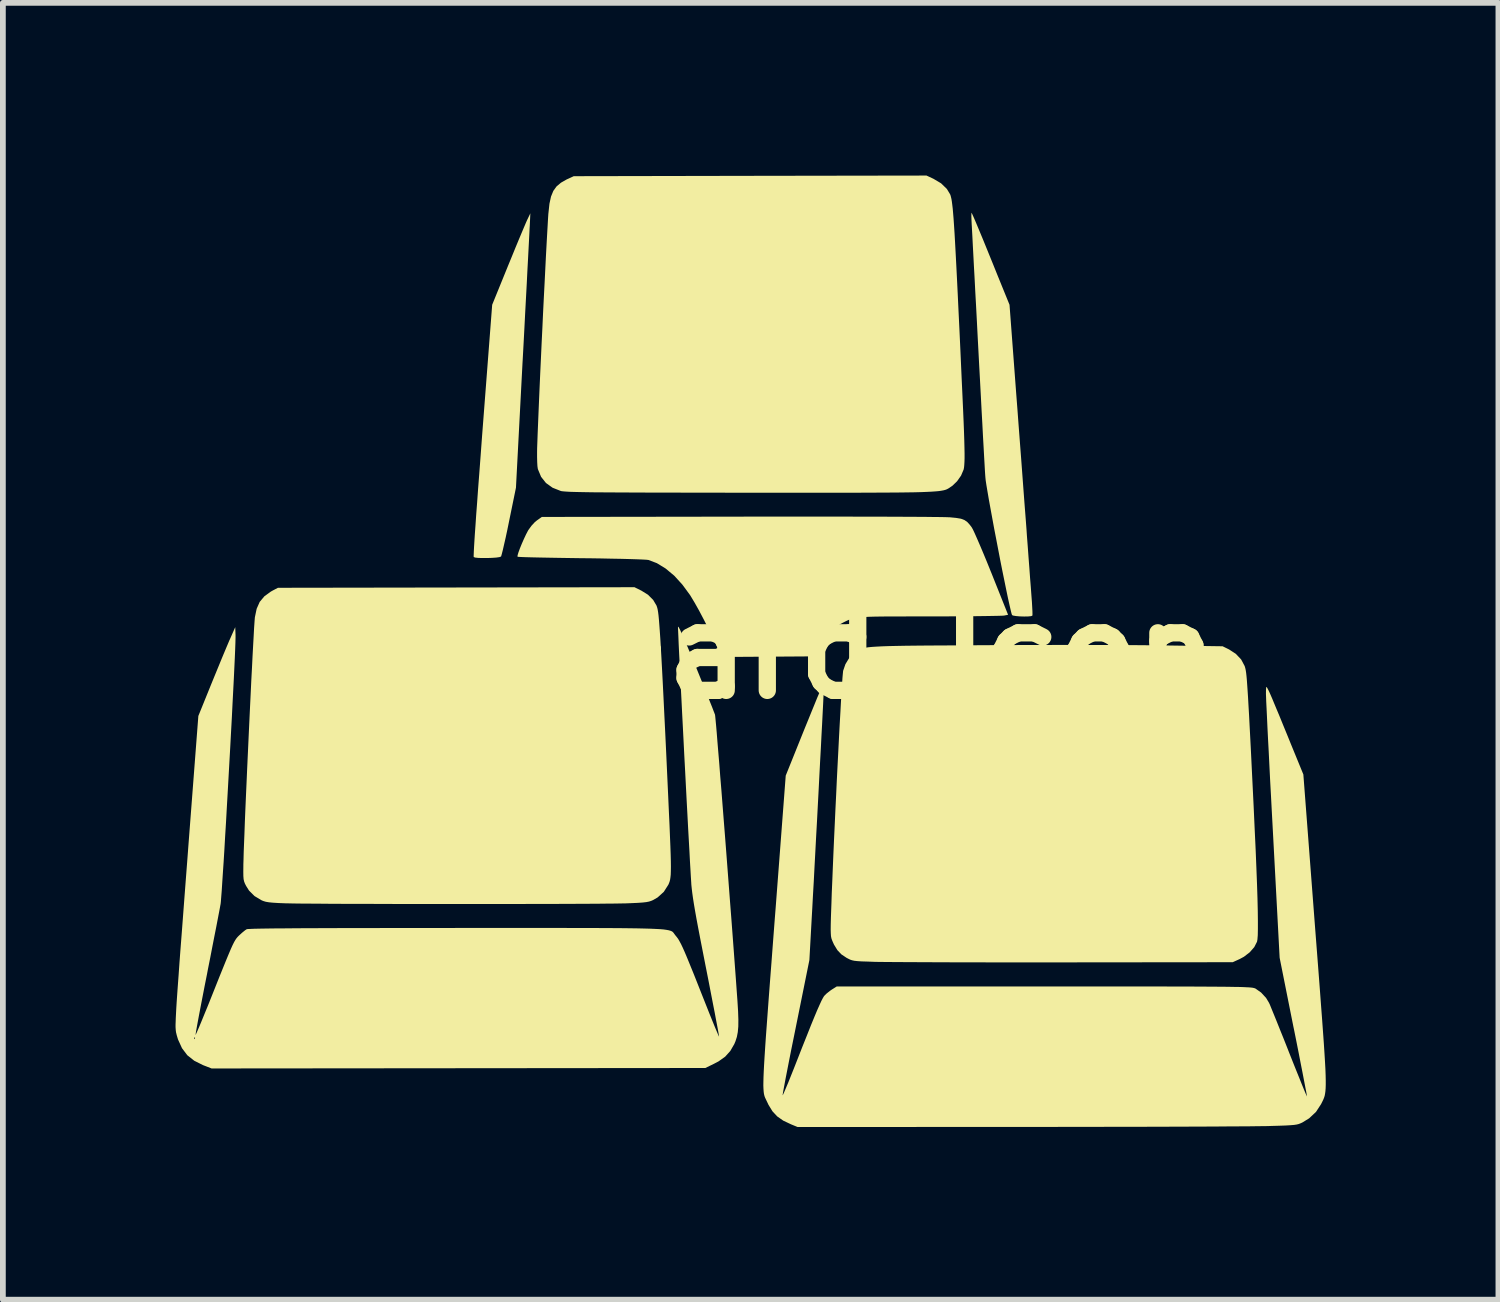
<source format=kicad_pcb>
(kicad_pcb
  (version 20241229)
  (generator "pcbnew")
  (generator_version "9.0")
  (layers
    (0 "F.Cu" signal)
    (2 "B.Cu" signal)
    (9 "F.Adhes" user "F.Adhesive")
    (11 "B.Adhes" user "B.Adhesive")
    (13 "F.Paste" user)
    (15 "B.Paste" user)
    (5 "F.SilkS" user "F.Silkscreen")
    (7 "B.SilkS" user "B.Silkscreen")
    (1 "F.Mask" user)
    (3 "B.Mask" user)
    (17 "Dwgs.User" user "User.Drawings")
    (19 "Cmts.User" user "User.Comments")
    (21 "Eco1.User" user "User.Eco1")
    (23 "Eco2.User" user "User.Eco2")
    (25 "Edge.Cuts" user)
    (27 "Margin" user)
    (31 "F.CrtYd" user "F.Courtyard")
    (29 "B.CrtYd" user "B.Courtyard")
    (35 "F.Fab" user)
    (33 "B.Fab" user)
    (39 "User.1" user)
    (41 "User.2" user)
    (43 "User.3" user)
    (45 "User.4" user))
  (footprint "Keyboard Icon"
    (layer "F.Cu")
    (at 9.995 8.266)
    (property "Reference" "Keyboard Icon" (at 0 0 0) (layer "F.SilkS") (effects (font (size 1.5 1.5) (thickness 0.3))))
    (attr board_only exclude_from_pos_files exclude_from_bom)
    (fp_poly (pts (xy -3.841 -7.395) (xy -3.844 -7.347) (xy -3.848 -7.262) (xy -3.854 -7.145) (xy -3.862 -6.996) (xy -3.871 -6.82) (xy -3.882 -6.619) (xy -3.893 -6.395) (xy -3.906 -6.153) (xy -3.92 -5.894) (xy -3.934 -5.621) (xy -3.949 -5.337) (xy -3.965 -5.045) (xy -3.967 -5.012) (xy -4.081 -2.843) (xy -4.201 -2.257) (xy -4.231 -2.11) (xy -4.26 -1.975) (xy -4.287 -1.857) (xy -4.309 -1.761) (xy -4.327 -1.691) (xy -4.338 -1.652) (xy -4.341 -1.647) (xy -4.368 -1.637) (xy -4.423 -1.629) (xy -4.497 -1.624) (xy -4.58 -1.621) (xy -4.663 -1.621) (xy -4.736 -1.623) (xy -4.79 -1.629) (xy -4.814 -1.638) (xy -4.816 -1.651) (xy -4.815 -1.683) (xy -4.813 -1.737) (xy -4.809 -1.813) (xy -4.803 -1.913) (xy -4.795 -2.039) (xy -4.784 -2.19) (xy -4.772 -2.37) (xy -4.756 -2.579) (xy -4.739 -2.819) (xy -4.718 -3.091) (xy -4.695 -3.396) (xy -4.67 -3.736) (xy -4.641 -4.113) (xy -4.611 -4.501) (xy -4.494 -6.021) (xy -4.219 -6.697) (xy -4.154 -6.855) (xy -4.092 -7.007) (xy -4.034 -7.147) (xy -3.982 -7.271) (xy -3.939 -7.373) (xy -3.907 -7.448) (xy -3.888 -7.491) (xy -3.831 -7.61)) (stroke (width 0) (type solid)) (fill yes) (layer "F.SilkS"))
    (fp_poly (pts (xy 3.846 -7.597) (xy 3.872 -7.539) (xy 3.912 -7.446) (xy 3.965 -7.319) (xy 4.032 -7.158) (xy 4.111 -6.964) (xy 4.203 -6.738) (xy 4.286 -6.532) (xy 4.494 -6.021) (xy 4.61 -4.481) (xy 4.631 -4.209) (xy 4.652 -3.926) (xy 4.674 -3.637) (xy 4.696 -3.349) (xy 4.717 -3.067) (xy 4.737 -2.797) (xy 4.756 -2.545) (xy 4.774 -2.316) (xy 4.789 -2.118) (xy 4.796 -2.012) (xy 4.811 -1.817) (xy 4.825 -1.625) (xy 4.839 -1.443) (xy 4.851 -1.275) (xy 4.863 -1.127) (xy 4.872 -1.003) (xy 4.879 -0.91) (xy 4.883 -0.86) (xy 4.888 -0.77) (xy 4.892 -0.694) (xy 4.893 -0.641) (xy 4.891 -0.62) (xy 4.867 -0.611) (xy 4.815 -0.606) (xy 4.747 -0.605) (xy 4.674 -0.607) (xy 4.607 -0.613) (xy 4.558 -0.621) (xy 4.538 -0.63) (xy 4.529 -0.656) (xy 4.514 -0.717) (xy 4.493 -0.808) (xy 4.467 -0.925) (xy 4.438 -1.064) (xy 4.406 -1.221) (xy 4.371 -1.392) (xy 4.335 -1.573) (xy 4.299 -1.76) (xy 4.263 -1.948) (xy 4.227 -2.134) (xy 4.194 -2.314) (xy 4.163 -2.483) (xy 4.135 -2.637) (xy 4.112 -2.772) (xy 4.093 -2.885) (xy 4.08 -2.97) (xy 4.075 -3.019) (xy 4.072 -3.057) (xy 4.067 -3.131) (xy 4.061 -3.239) (xy 4.053 -3.378) (xy 4.044 -3.544) (xy 4.033 -3.736) (xy 4.022 -3.949) (xy 4.009 -4.182) (xy 3.996 -4.432) (xy 3.982 -4.695) (xy 3.967 -4.969) (xy 3.956 -5.178) (xy 3.941 -5.46) (xy 3.927 -5.735) (xy 3.913 -6) (xy 3.899 -6.251) (xy 3.887 -6.486) (xy 3.875 -6.701) (xy 3.865 -6.894) (xy 3.856 -7.062) (xy 3.849 -7.202) (xy 3.843 -7.31) (xy 3.839 -7.385) (xy 3.837 -7.415) (xy 3.833 -7.5) (xy 3.831 -7.567) (xy 3.832 -7.609) (xy 3.834 -7.62)) (stroke (width 0) (type solid)) (fill yes) (layer "F.SilkS"))
    (fp_poly (pts (xy 1.21 -2.341) (xy 1.53 -2.341) (xy 1.834 -2.34) (xy 2.118 -2.34) (xy 2.381 -2.339) (xy 2.621 -2.338) (xy 2.835 -2.337) (xy 3.021 -2.336) (xy 3.177 -2.334) (xy 3.302 -2.333) (xy 3.392 -2.331) (xy 3.446 -2.329) (xy 3.454 -2.329) (xy 3.567 -2.318) (xy 3.65 -2.304) (xy 3.711 -2.281) (xy 3.76 -2.247) (xy 3.805 -2.197) (xy 3.838 -2.153) (xy 3.858 -2.117) (xy 3.89 -2.049) (xy 3.932 -1.954) (xy 3.983 -1.836) (xy 4.041 -1.699) (xy 4.103 -1.549) (xy 4.168 -1.388) (xy 4.182 -1.354) (xy 4.469 -0.635) (xy 4.398 -0.621) (xy 4.367 -0.619) (xy 4.3 -0.617) (xy 4.2 -0.615) (xy 4.073 -0.613) (xy 3.92 -0.611) (xy 3.747 -0.609) (xy 3.555 -0.608) (xy 3.349 -0.607) (xy 3.133 -0.607) (xy 3.097 -0.607) (xy 2.843 -0.607) (xy 2.624 -0.606) (xy 2.438 -0.606) (xy 2.282 -0.605) (xy 2.151 -0.603) (xy 2.043 -0.6) (xy 1.955 -0.595) (xy 1.883 -0.589) (xy 1.823 -0.581) (xy 1.774 -0.571) (xy 1.73 -0.558) (xy 1.69 -0.542) (xy 1.65 -0.523) (xy 1.606 -0.501) (xy 1.556 -0.475) (xy 1.476 -0.424) (xy 1.384 -0.346) (xy 1.287 -0.251) (xy 1.193 -0.144) (xy 1.113 -0.039) (xy 1.024 0.088) (xy 0.258 0.093) (xy -0.509 0.098) (xy -0.581 -0.063) (xy -0.654 -0.221) (xy -0.734 -0.387) (xy -0.817 -0.551) (xy -0.899 -0.707) (xy -0.976 -0.844) (xy -1.043 -0.956) (xy -1.056 -0.977) (xy -1.189 -1.158) (xy -1.331 -1.314) (xy -1.481 -1.439) (xy -1.633 -1.532) (xy -1.778 -1.587) (xy -1.81 -1.591) (xy -1.877 -1.595) (xy -1.976 -1.599) (xy -2.102 -1.603) (xy -2.253 -1.607) (xy -2.423 -1.61) (xy -2.61 -1.614) (xy -2.81 -1.617) (xy -2.944 -1.618) (xy -3.147 -1.621) (xy -3.339 -1.624) (xy -3.515 -1.627) (xy -3.673 -1.63) (xy -3.808 -1.633) (xy -3.917 -1.636) (xy -3.996 -1.639) (xy -4.043 -1.642) (xy -4.054 -1.644) (xy -4.053 -1.667) (xy -4.038 -1.718) (xy -4.013 -1.787) (xy -3.98 -1.868) (xy -3.943 -1.952) (xy -3.906 -2.031) (xy -3.871 -2.098) (xy -3.862 -2.112) (xy -3.812 -2.181) (xy -3.752 -2.246) (xy -3.716 -2.275) (xy -3.631 -2.335) (xy -0.199 -2.34) (xy 0.168 -2.341) (xy 0.527 -2.341) (xy 0.875 -2.341)) (stroke (width 0) (type solid)) (fill yes) (layer "F.SilkS"))
    (fp_poly (pts (xy -1.901 -1.054) (xy -1.787 -0.983) (xy -1.697 -0.893) (xy -1.638 -0.793) (xy -1.625 -0.752) (xy -1.618 -0.721) (xy -1.611 -0.678) (xy -1.604 -0.622) (xy -1.597 -0.549) (xy -1.59 -0.459) (xy -1.582 -0.351) (xy -1.573 -0.221) (xy -1.564 -0.07) (xy -1.554 0.106) (xy -1.543 0.307) (xy -1.531 0.536) (xy -1.518 0.794) (xy -1.504 1.083) (xy -1.488 1.404) (xy -1.471 1.76) (xy -1.453 2.151) (xy -1.436 2.519) (xy -1.424 2.787) (xy -1.413 3.02) (xy -1.405 3.219) (xy -1.398 3.388) (xy -1.393 3.529) (xy -1.39 3.646) (xy -1.389 3.742) (xy -1.39 3.819) (xy -1.392 3.88) (xy -1.397 3.928) (xy -1.403 3.967) (xy -1.411 3.998) (xy -1.421 4.026) (xy -1.432 4.052) (xy -1.433 4.054) (xy -1.512 4.178) (xy -1.619 4.275) (xy -1.698 4.321) (xy -1.733 4.336) (xy -1.771 4.348) (xy -1.818 4.357) (xy -1.88 4.364) (xy -1.965 4.37) (xy -2.077 4.375) (xy -2.179 4.379) (xy -2.249 4.38) (xy -2.355 4.382) (xy -2.495 4.383) (xy -2.665 4.385) (xy -2.862 4.386) (xy -3.083 4.387) (xy -3.326 4.388) (xy -3.587 4.389) (xy -3.864 4.389) (xy -4.153 4.39) (xy -4.451 4.39) (xy -4.756 4.39) (xy -5.065 4.39) (xy -5.374 4.39) (xy -5.681 4.39) (xy -5.983 4.39) (xy -6.277 4.389) (xy -6.559 4.388) (xy -6.827 4.388) (xy -7.078 4.387) (xy -7.309 4.386) (xy -7.518 4.384) (xy -7.7 4.383) (xy -7.853 4.382) (xy -7.974 4.38) (xy -8.061 4.378) (xy -8.079 4.378) (xy -8.207 4.373) (xy -8.303 4.367) (xy -8.374 4.36) (xy -8.427 4.351) (xy -8.47 4.338) (xy -8.499 4.326) (xy -8.623 4.252) (xy -8.718 4.157) (xy -8.769 4.076) (xy -8.79 4.035) (xy -8.804 3.998) (xy -8.813 3.957) (xy -8.817 3.904) (xy -8.818 3.831) (xy -8.817 3.729) (xy -8.817 3.703) (xy -8.814 3.611) (xy -8.811 3.488) (xy -8.805 3.337) (xy -8.798 3.161) (xy -8.791 2.963) (xy -8.782 2.747) (xy -8.772 2.515) (xy -8.761 2.271) (xy -8.75 2.019) (xy -8.738 1.761) (xy -8.726 1.501) (xy -8.714 1.242) (xy -8.702 0.988) (xy -8.69 0.741) (xy -8.679 0.505) (xy -8.667 0.283) (xy -8.657 0.079) (xy -8.647 -0.105) (xy -8.638 -0.265) (xy -8.631 -0.397) (xy -8.624 -0.499) (xy -8.619 -0.567) (xy -8.617 -0.591) (xy -8.586 -0.739) (xy -8.533 -0.859) (xy -8.452 -0.956) (xy -8.341 -1.037) (xy -8.304 -1.058) (xy -8.216 -1.104) (xy -5.119 -1.109) (xy -2.022 -1.114)) (stroke (width 0) (type solid)) (fill yes) (layer "F.SilkS"))
    (fp_poly (pts (xy 3.172 -8.21) (xy 3.305 -8.131) (xy 3.405 -8.034) (xy 3.462 -7.94) (xy 3.47 -7.919) (xy 3.477 -7.892) (xy 3.485 -7.858) (xy 3.492 -7.815) (xy 3.499 -7.761) (xy 3.507 -7.694) (xy 3.514 -7.613) (xy 3.522 -7.515) (xy 3.53 -7.398) (xy 3.539 -7.262) (xy 3.548 -7.103) (xy 3.558 -6.92) (xy 3.569 -6.712) (xy 3.581 -6.476) (xy 3.594 -6.211) (xy 3.608 -5.914) (xy 3.624 -5.585) (xy 3.641 -5.22) (xy 3.659 -4.818) (xy 3.663 -4.728) (xy 3.676 -4.449) (xy 3.687 -4.206) (xy 3.696 -3.997) (xy 3.703 -3.818) (xy 3.708 -3.667) (xy 3.711 -3.542) (xy 3.713 -3.439) (xy 3.713 -3.356) (xy 3.711 -3.289) (xy 3.708 -3.237) (xy 3.704 -3.196) (xy 3.698 -3.164) (xy 3.695 -3.154) (xy 3.652 -3.053) (xy 3.583 -2.955) (xy 3.501 -2.876) (xy 3.483 -2.864) (xy 3.462 -2.85) (xy 3.444 -2.837) (xy 3.425 -2.826) (xy 3.404 -2.815) (xy 3.38 -2.806) (xy 3.35 -2.798) (xy 3.313 -2.791) (xy 3.266 -2.784) (xy 3.209 -2.779) (xy 3.139 -2.774) (xy 3.054 -2.77) (xy 2.954 -2.766) (xy 2.835 -2.763) (xy 2.696 -2.761) (xy 2.535 -2.759) (xy 2.351 -2.758) (xy 2.141 -2.757) (xy 1.904 -2.756) (xy 1.639 -2.756) (xy 1.342 -2.756) (xy 1.013 -2.756) (xy 0.65 -2.756) (xy 0.25 -2.756) (xy -0.009 -2.756) (xy -0.429 -2.756) (xy -0.812 -2.757) (xy -1.159 -2.757) (xy -1.472 -2.758) (xy -1.753 -2.758) (xy -2.004 -2.759) (xy -2.227 -2.76) (xy -2.422 -2.761) (xy -2.593 -2.762) (xy -2.74 -2.763) (xy -2.866 -2.765) (xy -2.972 -2.767) (xy -3.059 -2.769) (xy -3.131 -2.771) (xy -3.188 -2.774) (xy -3.232 -2.777) (xy -3.265 -2.78) (xy -3.289 -2.783) (xy -3.302 -2.786) (xy -3.444 -2.842) (xy -3.559 -2.924) (xy -3.644 -3.031) (xy -3.699 -3.163) (xy -3.702 -3.175) (xy -3.708 -3.218) (xy -3.712 -3.29) (xy -3.714 -3.379) (xy -3.714 -3.458) (xy -3.713 -3.532) (xy -3.709 -3.641) (xy -3.704 -3.782) (xy -3.697 -3.951) (xy -3.689 -4.145) (xy -3.68 -4.359) (xy -3.67 -4.591) (xy -3.659 -4.836) (xy -3.647 -5.091) (xy -3.635 -5.352) (xy -3.622 -5.616) (xy -3.61 -5.879) (xy -3.597 -6.138) (xy -3.584 -6.388) (xy -3.572 -6.627) (xy -3.561 -6.849) (xy -3.55 -7.053) (xy -3.54 -7.234) (xy -3.531 -7.389) (xy -3.524 -7.513) (xy -3.518 -7.604) (xy -3.516 -7.62) (xy -3.499 -7.777) (xy -3.472 -7.901) (xy -3.432 -7.999) (xy -3.376 -8.077) (xy -3.299 -8.142) (xy -3.199 -8.199) (xy -3.174 -8.21) (xy -3.077 -8.255) (xy -0.013 -8.261) (xy 3.052 -8.266)) (stroke (width 0) (type solid)) (fill yes) (layer "F.SilkS"))
    (fp_poly (pts (xy 5.664 -0.111) (xy 5.964 -0.11) (xy 6.249 -0.11) (xy 6.513 -0.108) (xy 6.754 -0.107) (xy 6.965 -0.105) (xy 7.142 -0.103) (xy 7.151 -0.103) (xy 8.196 -0.088) (xy 8.308 -0.033) (xy 8.425 0.043) (xy 8.518 0.141) (xy 8.579 0.255) (xy 8.587 0.281) (xy 8.593 0.304) (xy 8.599 0.335) (xy 8.605 0.375) (xy 8.611 0.428) (xy 8.617 0.495) (xy 8.623 0.578) (xy 8.63 0.679) (xy 8.638 0.801) (xy 8.646 0.945) (xy 8.656 1.114) (xy 8.666 1.309) (xy 8.678 1.534) (xy 8.691 1.79) (xy 8.705 2.078) (xy 8.721 2.402) (xy 8.735 2.687) (xy 8.753 3.084) (xy 8.77 3.443) (xy 8.783 3.764) (xy 8.794 4.048) (xy 8.802 4.295) (xy 8.807 4.506) (xy 8.809 4.683) (xy 8.809 4.824) (xy 8.807 4.932) (xy 8.801 5.006) (xy 8.794 5.045) (xy 8.746 5.139) (xy 8.667 5.229) (xy 8.567 5.306) (xy 8.495 5.345) (xy 8.372 5.401) (xy 5.461 5.404) (xy 5.119 5.404) (xy 4.784 5.404) (xy 4.457 5.404) (xy 4.141 5.404) (xy 3.839 5.403) (xy 3.553 5.403) (xy 3.286 5.402) (xy 3.041 5.401) (xy 2.819 5.4) (xy 2.624 5.399) (xy 2.457 5.398) (xy 2.322 5.397) (xy 2.222 5.396) (xy 2.159 5.395) (xy 2.026 5.39) (xy 1.926 5.387) (xy 1.851 5.382) (xy 1.797 5.376) (xy 1.756 5.367) (xy 1.722 5.355) (xy 1.688 5.338) (xy 1.663 5.325) (xy 1.572 5.264) (xy 1.503 5.191) (xy 1.444 5.094) (xy 1.424 5.05) (xy 1.41 5.016) (xy 1.399 4.984) (xy 1.392 4.947) (xy 1.389 4.899) (xy 1.387 4.834) (xy 1.388 4.746) (xy 1.391 4.628) (xy 1.394 4.541) (xy 1.4 4.378) (xy 1.406 4.192) (xy 1.415 3.985) (xy 1.424 3.761) (xy 1.434 3.523) (xy 1.445 3.274) (xy 1.457 3.017) (xy 1.469 2.755) (xy 1.482 2.492) (xy 1.494 2.231) (xy 1.507 1.973) (xy 1.52 1.724) (xy 1.532 1.485) (xy 1.544 1.261) (xy 1.556 1.053) (xy 1.566 0.866) (xy 1.576 0.702) (xy 1.585 0.564) (xy 1.592 0.456) (xy 1.599 0.38) (xy 1.603 0.34) (xy 1.603 0.339) (xy 1.643 0.223) (xy 1.708 0.116) (xy 1.791 0.031) (xy 1.815 0.013) (xy 1.841 -0.004) (xy 1.865 -0.019) (xy 1.89 -0.032) (xy 1.918 -0.044) (xy 1.951 -0.054) (xy 1.992 -0.063) (xy 2.044 -0.071) (xy 2.107 -0.077) (xy 2.186 -0.082) (xy 2.281 -0.087) (xy 2.396 -0.091) (xy 2.533 -0.094) (xy 2.693 -0.097) (xy 2.88 -0.099) (xy 3.096 -0.101) (xy 3.342 -0.102) (xy 3.622 -0.104) (xy 3.938 -0.106) (xy 4.103 -0.107) (xy 4.408 -0.108) (xy 4.721 -0.11) (xy 5.038 -0.11) (xy 5.354 -0.111)) (stroke (width 0) (type solid)) (fill yes) (layer "F.SilkS"))
    (fp_poly (pts (xy 1.269 0.585) (xy 1.27 0.606) (xy 1.269 0.635) (xy 1.266 0.7) (xy 1.261 0.798) (xy 1.255 0.927) (xy 1.247 1.082) (xy 1.238 1.262) (xy 1.227 1.464) (xy 1.216 1.683) (xy 1.203 1.918) (xy 1.19 2.166) (xy 1.177 2.423) (xy 1.163 2.686) (xy 1.149 2.954) (xy 1.134 3.222) (xy 1.12 3.487) (xy 1.106 3.747) (xy 1.093 4) (xy 1.079 4.241) (xy 1.067 4.467) (xy 1.055 4.677) (xy 1.055 4.679) (xy 1.017 5.363) (xy 0.782 6.526) (xy 0.74 6.734) (xy 0.7 6.93) (xy 0.664 7.113) (xy 0.632 7.277) (xy 0.604 7.42) (xy 0.582 7.538) (xy 0.565 7.629) (xy 0.555 7.688) (xy 0.551 7.712) (xy 0.552 7.712) (xy 0.56 7.7) (xy 0.58 7.656) (xy 0.611 7.583) (xy 0.652 7.486) (xy 0.699 7.368) (xy 0.753 7.233) (xy 0.799 7.116) (xy 0.893 6.876) (xy 0.975 6.671) (xy 1.044 6.497) (xy 1.103 6.353) (xy 1.152 6.236) (xy 1.193 6.144) (xy 1.225 6.074) (xy 1.251 6.024) (xy 1.271 5.991) (xy 1.275 5.986) (xy 1.316 5.945) (xy 1.374 5.899) (xy 1.404 5.878) (xy 1.493 5.822) (xy 5.094 5.822) (xy 5.535 5.822) (xy 5.938 5.823) (xy 6.305 5.823) (xy 6.639 5.823) (xy 6.94 5.823) (xy 7.211 5.823) (xy 7.452 5.824) (xy 7.667 5.824) (xy 7.856 5.825) (xy 8.021 5.826) (xy 8.164 5.827) (xy 8.286 5.828) (xy 8.39 5.83) (xy 8.477 5.831) (xy 8.548 5.833) (xy 8.606 5.836) (xy 8.651 5.838) (xy 8.687 5.841) (xy 8.714 5.844) (xy 8.734 5.848) (xy 8.749 5.852) (xy 8.76 5.856) (xy 8.769 5.86) (xy 8.865 5.928) (xy 8.951 6.021) (xy 9.002 6.106) (xy 9.018 6.14) (xy 9.045 6.207) (xy 9.084 6.302) (xy 9.132 6.42) (xy 9.187 6.558) (xy 9.249 6.711) (xy 9.314 6.875) (xy 9.348 6.962) (xy 9.413 7.126) (xy 9.474 7.278) (xy 9.529 7.414) (xy 9.576 7.531) (xy 9.614 7.624) (xy 9.642 7.691) (xy 9.659 7.728) (xy 9.662 7.734) (xy 9.659 7.714) (xy 9.65 7.659) (xy 9.633 7.573) (xy 9.611 7.458) (xy 9.584 7.317) (xy 9.552 7.155) (xy 9.517 6.974) (xy 9.478 6.777) (xy 9.436 6.568) (xy 9.427 6.526) (xy 9.187 5.324) (xy 9.068 3.097) (xy 9.052 2.802) (xy 9.037 2.517) (xy 9.022 2.243) (xy 9.009 1.984) (xy 8.997 1.741) (xy 8.985 1.518) (xy 8.975 1.318) (xy 8.967 1.142) (xy 8.96 0.994) (xy 8.954 0.876) (xy 8.951 0.79) (xy 8.949 0.741) (xy 8.949 0.733) (xy 8.95 0.662) (xy 8.953 0.625) (xy 8.959 0.618) (xy 8.971 0.635) (xy 8.981 0.653) (xy 8.993 0.677) (xy 9.009 0.71) (xy 9.029 0.755) (xy 9.056 0.817) (xy 9.089 0.897) (xy 9.131 0.998) (xy 9.184 1.124) (xy 9.247 1.279) (xy 9.323 1.464) (xy 9.383 1.612) (xy 9.599 2.139) (xy 9.804 4.816) (xy 9.834 5.202) (xy 9.861 5.552) (xy 9.885 5.866) (xy 9.906 6.148) (xy 9.925 6.398) (xy 9.941 6.62) (xy 9.955 6.815) (xy 9.966 6.984) (xy 9.975 7.131) (xy 9.982 7.257) (xy 9.986 7.365) (xy 9.988 7.455) (xy 9.988 7.53) (xy 9.986 7.593) (xy 9.982 7.644) (xy 9.976 7.687) (xy 9.969 7.723) (xy 9.959 7.754) (xy 9.948 7.782) (xy 9.935 7.81) (xy 9.921 7.838) (xy 9.907 7.866) (xy 9.819 8.001) (xy 9.7 8.113) (xy 9.581 8.186) (xy 9.55 8.2) (xy 9.519 8.212) (xy 9.483 8.221) (xy 9.436 8.228) (xy 9.374 8.233) (xy 9.29 8.238) (xy 9.179 8.242) (xy 9.036 8.246) (xy 8.988 8.248) (xy 8.917 8.249) (xy 8.81 8.25) (xy 8.668 8.252) (xy 8.494 8.253) (xy 8.289 8.254) (xy 8.056 8.256) (xy 7.798 8.257) (xy 7.515 8.258) (xy 7.212 8.259) (xy 6.889 8.26) (xy 6.549 8.261) (xy 6.194 8.261) (xy 5.826 8.262) (xy 5.449 8.262) (xy 5.062 8.263) (xy 4.67 8.263) (xy 4.65 8.263) (xy 0.811 8.264) (xy 0.697 8.217) (xy 0.562 8.153) (xy 0.458 8.08) (xy 0.376 7.992) (xy 0.306 7.878) (xy 0.281 7.825) (xy 0.269 7.8) (xy 0.258 7.777) (xy 0.248 7.756) (xy 0.239 7.733) (xy 0.232 7.708) (xy 0.226 7.678) (xy 0.222 7.642) (xy 0.219 7.597) (xy 0.217 7.542) (xy 0.218 7.475) (xy 0.22 7.394) (xy 0.224 7.297) (xy 0.23 7.182) (xy 0.238 7.048) (xy 0.248 6.893) (xy 0.26 6.714) (xy 0.275 6.511) (xy 0.292 6.28) (xy 0.311 6.021) (xy 0.333 5.731) (xy 0.358 5.408) (xy 0.385 5.051) (xy 0.415 4.658) (xy 0.431 4.455) (xy 0.606 2.159) (xy 0.873 1.495) (xy 0.937 1.336) (xy 1 1.182) (xy 1.058 1.039) (xy 1.11 0.912) (xy 1.153 0.806) (xy 1.187 0.727) (xy 1.205 0.684) (xy 1.236 0.614) (xy 1.255 0.576) (xy 1.265 0.568)) (stroke (width 0) (type solid)) (fill yes) (layer "F.SilkS"))
    (fp_poly (pts (xy -1.257 -0.424) (xy -1.235 -0.384) (xy -1.2 -0.309) (xy -1.152 -0.2) (xy -1.091 -0.057) (xy -1.018 0.118) (xy -0.949 0.284) (xy -0.882 0.449) (xy -0.819 0.604) (xy -0.762 0.746) (xy -0.713 0.87) (xy -0.672 0.972) (xy -0.643 1.048) (xy -0.625 1.094) (xy -0.622 1.104) (xy -0.619 1.129) (xy -0.613 1.191) (xy -0.604 1.286) (xy -0.593 1.412) (xy -0.581 1.566) (xy -0.566 1.746) (xy -0.549 1.948) (xy -0.532 2.171) (xy -0.512 2.411) (xy -0.492 2.666) (xy -0.471 2.934) (xy -0.449 3.211) (xy -0.427 3.494) (xy -0.405 3.782) (xy -0.383 4.071) (xy -0.361 4.359) (xy -0.339 4.642) (xy -0.318 4.92) (xy -0.298 5.187) (xy -0.279 5.443) (xy -0.261 5.684) (xy -0.245 5.908) (xy -0.233 6.072) (xy -0.222 6.251) (xy -0.217 6.397) (xy -0.218 6.517) (xy -0.227 6.616) (xy -0.243 6.699) (xy -0.267 6.774) (xy -0.287 6.822) (xy -0.357 6.943) (xy -0.446 7.042) (xy -0.561 7.124) (xy -0.645 7.168) (xy -0.791 7.239) (xy -5.08 7.243) (xy -9.369 7.247) (xy -9.518 7.189) (xy -9.67 7.113) (xy -9.791 7.017) (xy -9.883 6.895) (xy -9.951 6.746) (xy -9.959 6.721) (xy -9.672 6.721) (xy -9.664 6.737) (xy -9.659 6.734) (xy -9.656 6.711) (xy -9.659 6.708) (xy -9.67 6.711) (xy -9.672 6.721) (xy -9.959 6.721) (xy -9.976 6.664) (xy -9.98 6.645) (xy -9.985 6.627) (xy -9.988 6.609) (xy -9.991 6.587) (xy -9.993 6.56) (xy -9.995 6.527) (xy -9.995 6.485) (xy -9.993 6.433) (xy -9.991 6.369) (xy -9.987 6.291) (xy -9.982 6.197) (xy -9.975 6.085) (xy -9.966 5.954) (xy -9.955 5.802) (xy -9.942 5.626) (xy -9.928 5.425) (xy -9.911 5.198) (xy -9.891 4.941) (xy -9.869 4.654) (xy -9.845 4.335) (xy -9.818 3.981) (xy -9.788 3.591) (xy -9.771 3.364) (xy -9.599 1.123) (xy -9.373 0.565) (xy -9.311 0.414) (xy -9.249 0.263) (xy -9.19 0.119) (xy -9.136 -0.01) (xy -9.091 -0.117) (xy -9.057 -0.197) (xy -9.052 -0.207) (xy -8.958 -0.42) (xy -8.953 -0.283) (xy -8.953 -0.237) (xy -8.955 -0.155) (xy -8.959 -0.041) (xy -8.965 0.102) (xy -8.973 0.272) (xy -8.982 0.464) (xy -8.993 0.677) (xy -9.005 0.907) (xy -9.017 1.15) (xy -9.031 1.404) (xy -9.045 1.666) (xy -9.06 1.932) (xy -9.075 2.2) (xy -9.09 2.466) (xy -9.105 2.727) (xy -9.119 2.98) (xy -9.134 3.222) (xy -9.147 3.451) (xy -9.16 3.662) (xy -9.173 3.853) (xy -9.184 4.02) (xy -9.193 4.161) (xy -9.202 4.273) (xy -9.208 4.352) (xy -9.213 4.395) (xy -9.214 4.396) (xy -9.223 4.447) (xy -9.239 4.532) (xy -9.261 4.647) (xy -9.288 4.788) (xy -9.32 4.949) (xy -9.355 5.128) (xy -9.392 5.32) (xy -9.432 5.52) (xy -9.448 5.605) (xy -9.487 5.801) (xy -9.523 5.986) (xy -9.556 6.157) (xy -9.585 6.308) (xy -9.609 6.437) (xy -9.628 6.541) (xy -9.641 6.616) (xy -9.647 6.657) (xy -9.648 6.665) (xy -9.64 6.651) (xy -9.619 6.604) (xy -9.586 6.528) (xy -9.544 6.427) (xy -9.493 6.302) (xy -9.434 6.159) (xy -9.371 6.001) (xy -9.312 5.853) (xy -9.234 5.657) (xy -9.168 5.494) (xy -9.114 5.361) (xy -9.069 5.253) (xy -9.033 5.168) (xy -9.003 5.102) (xy -8.978 5.052) (xy -8.956 5.014) (xy -8.936 4.985) (xy -8.916 4.961) (xy -8.894 4.939) (xy -8.892 4.937) (xy -8.837 4.887) (xy -8.788 4.847) (xy -8.759 4.828) (xy -8.742 4.825) (xy -8.699 4.823) (xy -8.631 4.82) (xy -8.537 4.818) (xy -8.415 4.816) (xy -8.264 4.814) (xy -8.084 4.813) (xy -7.874 4.811) (xy -7.632 4.81) (xy -7.358 4.809) (xy -7.05 4.808) (xy -6.708 4.808) (xy -6.331 4.807) (xy -5.917 4.807) (xy -5.466 4.807) (xy -5.1 4.806) (xy -4.654 4.806) (xy -4.245 4.806) (xy -3.872 4.806) (xy -3.534 4.806) (xy -3.227 4.806) (xy -2.952 4.807) (xy -2.705 4.807) (xy -2.486 4.808) (xy -2.292 4.809) (xy -2.122 4.811) (xy -1.975 4.813) (xy -1.848 4.816) (xy -1.741 4.819) (xy -1.65 4.823) (xy -1.575 4.827) (xy -1.515 4.832) (xy -1.466 4.839) (xy -1.428 4.846) (xy -1.399 4.854) (xy -1.378 4.862) (xy -1.361 4.872) (xy -1.349 4.884) (xy -1.339 4.896) (xy -1.33 4.909) (xy -1.319 4.924) (xy -1.309 4.937) (xy -1.286 4.965) (xy -1.263 4.996) (xy -1.24 5.036) (xy -1.213 5.086) (xy -1.183 5.149) (xy -1.147 5.23) (xy -1.104 5.332) (xy -1.053 5.457) (xy -0.991 5.609) (xy -0.919 5.791) (xy -0.839 5.993) (xy -0.777 6.149) (xy -0.72 6.293) (xy -0.668 6.421) (xy -0.624 6.529) (xy -0.589 6.612) (xy -0.565 6.669) (xy -0.553 6.693) (xy -0.552 6.694) (xy -0.555 6.674) (xy -0.564 6.619) (xy -0.58 6.532) (xy -0.602 6.417) (xy -0.628 6.277) (xy -0.66 6.114) (xy -0.695 5.933) (xy -0.733 5.736) (xy -0.774 5.528) (xy -0.782 5.488) (xy -0.833 5.228) (xy -0.877 5.003) (xy -0.914 4.81) (xy -0.945 4.645) (xy -0.97 4.504) (xy -0.99 4.385) (xy -1.006 4.283) (xy -1.018 4.196) (xy -1.027 4.12) (xy -1.034 4.052) (xy -1.036 4.015) (xy -1.042 3.922) (xy -1.049 3.799) (xy -1.058 3.649) (xy -1.067 3.474) (xy -1.078 3.279) (xy -1.09 3.066) (xy -1.102 2.838) (xy -1.115 2.597) (xy -1.128 2.348) (xy -1.141 2.093) (xy -1.155 1.834) (xy -1.168 1.576) (xy -1.181 1.321) (xy -1.194 1.071) (xy -1.206 0.831) (xy -1.218 0.603) (xy -1.229 0.39) (xy -1.238 0.195) (xy -1.247 0.021) (xy -1.254 -0.129) (xy -1.259 -0.252) (xy -1.263 -0.345) (xy -1.266 -0.404) (xy -1.266 -0.428)) (stroke (width 0) (type solid)) (fill yes) (layer "F.SilkS")))
  (gr_rect
    (start -3 -3)
    (end 22.983 19.53)
    (stroke (width 0.1) (type default))
    (fill no)
    (layer "Edge.Cuts")))
</source>
